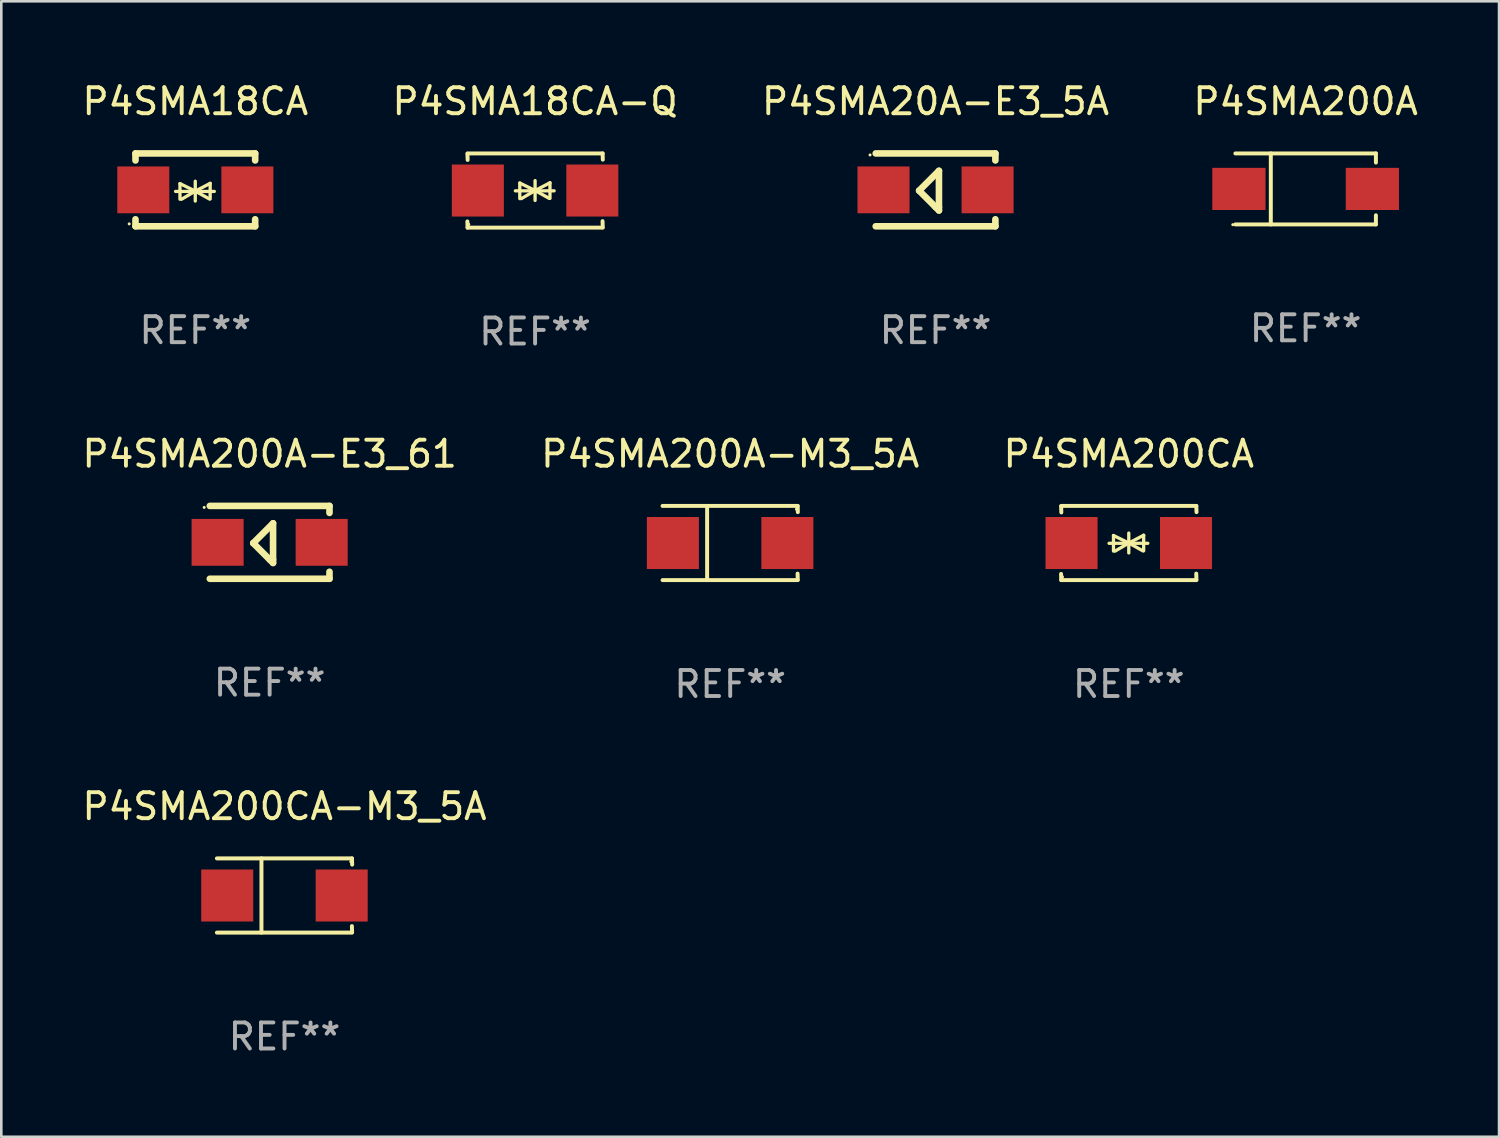
<source format=kicad_pcb>
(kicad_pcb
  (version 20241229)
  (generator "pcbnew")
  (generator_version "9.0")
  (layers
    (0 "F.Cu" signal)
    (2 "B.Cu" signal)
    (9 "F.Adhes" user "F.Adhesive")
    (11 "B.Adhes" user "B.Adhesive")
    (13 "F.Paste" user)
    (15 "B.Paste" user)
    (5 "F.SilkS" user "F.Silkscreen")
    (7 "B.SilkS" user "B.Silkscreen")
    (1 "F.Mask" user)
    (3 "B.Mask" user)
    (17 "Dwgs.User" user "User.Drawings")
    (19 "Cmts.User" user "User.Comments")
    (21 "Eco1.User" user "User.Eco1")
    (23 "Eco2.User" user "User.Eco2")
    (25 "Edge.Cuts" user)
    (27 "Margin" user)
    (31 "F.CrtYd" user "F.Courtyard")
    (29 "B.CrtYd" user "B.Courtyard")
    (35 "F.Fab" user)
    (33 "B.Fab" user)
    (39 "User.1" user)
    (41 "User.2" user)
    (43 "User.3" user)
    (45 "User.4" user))
  (footprint "P4SMA200CA"
    (layer "F.Cu")
    (at 40.339 17.823)
    (property "Reference" "P4SMA200CA" (at 0 -3.426 0) (layer "F.SilkS") (effects (font (size 1 1) (thickness 0.15))))
    (attr through_hole)
    (fp_line (start -2.596 -1.426) (end 2.596 -1.426) (stroke (width 0.152) (type solid)) (layer "F.SilkS"))
    (fp_line (start -2.596 1.426) (end -2.603 1.187) (stroke (width 0.152) (type solid)) (layer "F.SilkS"))
    (fp_line (start -2.596 1.426) (end 2.596 1.426) (stroke (width 0.152) (type solid)) (layer "F.SilkS"))
    (fp_line (start -2.593 -1.176) (end -2.6 -1.415) (stroke (width 0.152) (type solid)) (layer "F.SilkS"))
    (fp_line (start -0.758 0.011) (end 0.732 0.011) (stroke (width 0.127) (type solid)) (layer "F.SilkS"))
    (fp_line (start -0.588 -0.289) (end -0.588 0.311) (stroke (width 0.127) (type solid)) (layer "F.SilkS"))
    (fp_line (start -0.588 -0.289) (end 0 0) (stroke (width 0.127) (type solid)) (layer "F.SilkS"))
    (fp_line (start -0.528 0.311) (end 0 0) (stroke (width 0.127) (type solid)) (layer "F.SilkS"))
    (fp_line (start 0 0) (end 0 -0.381) (stroke (width 0.127) (type solid)) (layer "F.SilkS"))
    (fp_line (start 0 0) (end 0 0.381) (stroke (width 0.127) (type solid)) (layer "F.SilkS"))
    (fp_line (start 0.542 0.301) (end 0 0) (stroke (width 0.127) (type solid)) (layer "F.SilkS"))
    (fp_line (start 0.572 -0.299) (end 0 0) (stroke (width 0.127) (type solid)) (layer "F.SilkS"))
    (fp_line (start 0.572 -0.299) (end 0.572 0.301) (stroke (width 0.127) (type solid)) (layer "F.SilkS"))
    (fp_line (start 2.593 1.176) (end 2.6 1.415) (stroke (width 0.152) (type solid)) (layer "F.SilkS"))
    (fp_line (start 2.596 -1.426) (end 2.603 -1.187) (stroke (width 0.152) (type solid)) (layer "F.SilkS"))
    (fp_circle (center -2.55 1.3) (end -2.52 1.3) (stroke (width 0.06) (type solid)) (fill no) (layer "F.SilkS"))
    (fp_text user "REF**" (at 0 5.426 0) (layer "F.Fab") (effects (font (size 1 1) (thickness 0.15))))
    (pad "1" smd rect (at -2.2 0 180) (size 2 2) (layers "F.Cu" "F.Mask" "F.Paste"))
    (pad "2" smd rect (at 2.2 0 180) (size 2 2) (layers "F.Cu" "F.Mask" "F.Paste")))
  (footprint "P4SMA18CA"
    (layer "F.Cu")
    (at 4.458 4.248)
    (property "Reference" "P4SMA18CA" (at 0 -3.4 0) (layer "F.SilkS") (effects (font (size 1 1) (thickness 0.15))))
    (attr through_hole)
    (fp_line (start -2.3 -1.4) (end -2.3 -1.131) (stroke (width 0.254) (type solid)) (layer "F.SilkS"))
    (fp_line (start -2.3 -1.4) (end 2.3 -1.4) (stroke (width 0.254) (type solid)) (layer "F.SilkS"))
    (fp_line (start -2.3 1.131) (end -2.3 1.4) (stroke (width 0.254) (type solid)) (layer "F.SilkS"))
    (fp_line (start -2.3 1.4) (end 2.3 1.4) (stroke (width 0.254) (type solid)) (layer "F.SilkS"))
    (fp_line (start -0.76 0.06) (end 0.73 0.06) (stroke (width 0.127) (type solid)) (layer "F.SilkS"))
    (fp_line (start -0.59 -0.24) (end -0.59 0.36) (stroke (width 0.127) (type solid)) (layer "F.SilkS"))
    (fp_line (start -0.59 -0.24) (end -0.002 0.049) (stroke (width 0.127) (type solid)) (layer "F.SilkS"))
    (fp_line (start -0.53 0.36) (end -0.002 0.049) (stroke (width 0.127) (type solid)) (layer "F.SilkS"))
    (fp_line (start -0.002 0.049) (end -0.002 -0.332) (stroke (width 0.127) (type solid)) (layer "F.SilkS"))
    (fp_line (start -0.002 0.049) (end -0.002 0.43) (stroke (width 0.127) (type solid)) (layer "F.SilkS"))
    (fp_line (start 0.54 0.35) (end -0.002 0.049) (stroke (width 0.127) (type solid)) (layer "F.SilkS"))
    (fp_line (start 0.57 -0.25) (end -0.002 0.049) (stroke (width 0.127) (type solid)) (layer "F.SilkS"))
    (fp_line (start 0.57 -0.25) (end 0.57 0.35) (stroke (width 0.127) (type solid)) (layer "F.SilkS"))
    (fp_line (start 2.3 -1.4) (end 2.3 -1.131) (stroke (width 0.254) (type solid)) (layer "F.SilkS"))
    (fp_line (start 2.3 1.131) (end 2.3 1.4) (stroke (width 0.254) (type solid)) (layer "F.SilkS"))
    (fp_circle (center -2.542 1.308) (end -2.512 1.308) (stroke (width 0.06) (type solid)) (fill no) (layer "F.SilkS"))
    (fp_text user "REF**" (at 0 5.4 0) (layer "F.Fab") (effects (font (size 1 1) (thickness 0.15))))
    (pad "1" smd rect (at -2 0) (size 2 1.8) (layers "F.Cu" "F.Mask" "F.Paste"))
    (pad "2" smd rect (at 2 0) (size 2 1.8) (layers "F.Cu" "F.Mask" "F.Paste")))
  (footprint "P4SMA200A-E3_61"
    (layer "F.Cu")
    (at 7.315 17.797)
    (property "Reference" "P4SMA200A-E3_61" (at 0 -3.4 0) (layer "F.SilkS") (effects (font (size 1 1) (thickness 0.15))))
    (attr through_hole)
    (fp_line (start -2.3 -1.4) (end 2.3 -1.4) (stroke (width 0.254) (type solid)) (layer "F.SilkS"))
    (fp_line (start -2.3 1.4) (end 2.3 1.4) (stroke (width 0.254) (type solid)) (layer "F.SilkS"))
    (fp_line (start -0.631 0.03) (end 0.131 -0.732) (stroke (width 0.254) (type solid)) (layer "F.SilkS"))
    (fp_line (start 0.004 0.665) (end -0.631 0.03) (stroke (width 0.254) (type solid)) (layer "F.SilkS"))
    (fp_line (start 0.131 -0.732) (end 0.131 0.665) (stroke (width 0.254) (type solid)) (layer "F.SilkS"))
    (fp_line (start 0.131 0.665) (end 0.131 0.792) (stroke (width 0.254) (type solid)) (layer "F.SilkS"))
    (fp_line (start 0.131 0.792) (end 0.004 0.665) (stroke (width 0.254) (type solid)) (layer "F.SilkS"))
    (fp_line (start 2.3 -1.4) (end 2.3 -1.131) (stroke (width 0.254) (type solid)) (layer "F.SilkS"))
    (fp_line (start 2.3 1.131) (end 2.3 1.4) (stroke (width 0.254) (type solid)) (layer "F.SilkS"))
    (fp_circle (center -2.517 -1.342) (end -2.487 -1.342) (stroke (width 0.06) (type solid)) (fill no) (layer "F.SilkS"))
    (fp_text user "REF**" (at 0 5.4 0) (layer "F.Fab") (effects (font (size 1 1) (thickness 0.15))))
    (pad "1" smd rect (at -2 -0.000127) (size 2 1.8) (layers "F.Cu" "F.Mask" "F.Paste"))
    (pad "2" smd rect (at 2 -0.000127) (size 2 1.8) (layers "F.Cu" "F.Mask" "F.Paste")))
  (footprint "P4SMA200CA-M3_5A"
    (layer "F.Cu")
    (at 7.887 31.372)
    (property "Reference" "P4SMA200CA-M3_5A" (at 0 -3.426 0) (layer "F.SilkS") (effects (font (size 1 1) (thickness 0.15))))
    (attr through_hole)
    (fp_line (start -2.6 -1.426) (end 2.593 -1.426) (stroke (width 0.152) (type solid)) (layer "F.SilkS"))
    (fp_line (start -2.6 1.426) (end 2.593 1.426) (stroke (width 0.152) (type solid)) (layer "F.SilkS"))
    (fp_line (start -0.887 -1.426) (end -0.887 1.426) (stroke (width 0.152) (type solid)) (layer "F.SilkS"))
    (fp_line (start 2.59 1.176) (end 2.597 1.415) (stroke (width 0.152) (type solid)) (layer "F.SilkS"))
    (fp_line (start 2.593 -1.426) (end 2.6 -1.187) (stroke (width 0.152) (type solid)) (layer "F.SilkS"))
    (fp_circle (center 2.547 -1.3) (end 2.577 -1.3) (stroke (width 0.06) (type solid)) (fill no) (layer "F.SilkS"))
    (fp_text user "REF**" (at 0 5.426 0) (layer "F.Fab") (effects (font (size 1 1) (thickness 0.15))))
    (pad "1" smd rect (at 2.197 -0.000025 180) (size 2 2) (layers "F.Cu" "F.Mask" "F.Paste"))
    (pad "2" smd rect (at -2.203 -0.000025 180) (size 2 2) (layers "F.Cu" "F.Mask" "F.Paste")))
  (footprint "P4SMA20A-E3_5A"
    (layer "F.Cu")
    (at 32.911 4.248)
    (property "Reference" "P4SMA20A-E3_5A" (at 0 -3.4 0) (layer "F.SilkS") (effects (font (size 1 1) (thickness 0.15))))
    (attr through_hole)
    (fp_line (start -2.3 -1.4) (end 2.3 -1.4) (stroke (width 0.254) (type solid)) (layer "F.SilkS"))
    (fp_line (start -2.3 1.4) (end 2.3 1.4) (stroke (width 0.254) (type solid)) (layer "F.SilkS"))
    (fp_line (start -0.631 0.03) (end 0.131 -0.732) (stroke (width 0.254) (type solid)) (layer "F.SilkS"))
    (fp_line (start 0.004 0.665) (end -0.631 0.03) (stroke (width 0.254) (type solid)) (layer "F.SilkS"))
    (fp_line (start 0.131 -0.732) (end 0.131 0.665) (stroke (width 0.254) (type solid)) (layer "F.SilkS"))
    (fp_line (start 0.131 0.665) (end 0.131 0.792) (stroke (width 0.254) (type solid)) (layer "F.SilkS"))
    (fp_line (start 0.131 0.792) (end 0.004 0.665) (stroke (width 0.254) (type solid)) (layer "F.SilkS"))
    (fp_line (start 2.3 -1.4) (end 2.3 -1.131) (stroke (width 0.254) (type solid)) (layer "F.SilkS"))
    (fp_line (start 2.3 1.131) (end 2.3 1.4) (stroke (width 0.254) (type solid)) (layer "F.SilkS"))
    (fp_circle (center -2.517 -1.342) (end -2.487 -1.342) (stroke (width 0.06) (type solid)) (fill no) (layer "F.SilkS"))
    (fp_text user "REF**" (at 0 5.4 0) (layer "F.Fab") (effects (font (size 1 1) (thickness 0.15))))
    (pad "1" smd rect (at -2 -0.000127) (size 2 1.8) (layers "F.Cu" "F.Mask" "F.Paste"))
    (pad "2" smd rect (at 2 -0.000127) (size 2 1.8) (layers "F.Cu" "F.Mask" "F.Paste")))
  (footprint "P4SMA200A-M3_5A"
    (layer "F.Cu")
    (at 25.018 17.823)
    (property "Reference" "P4SMA200A-M3_5A" (at 0 -3.426 0) (layer "F.SilkS") (effects (font (size 1 1) (thickness 0.15))))
    (attr through_hole)
    (fp_line (start -2.6 -1.426) (end 2.593 -1.426) (stroke (width 0.152) (type solid)) (layer "F.SilkS"))
    (fp_line (start -2.6 1.426) (end 2.593 1.426) (stroke (width 0.152) (type solid)) (layer "F.SilkS"))
    (fp_line (start -0.887 -1.426) (end -0.887 1.426) (stroke (width 0.152) (type solid)) (layer "F.SilkS"))
    (fp_line (start 2.59 1.176) (end 2.597 1.415) (stroke (width 0.152) (type solid)) (layer "F.SilkS"))
    (fp_line (start 2.593 -1.426) (end 2.6 -1.187) (stroke (width 0.152) (type solid)) (layer "F.SilkS"))
    (fp_circle (center 2.547 -1.3) (end 2.577 -1.3) (stroke (width 0.06) (type solid)) (fill no) (layer "F.SilkS"))
    (fp_text user "REF**" (at 0 5.426 0) (layer "F.Fab") (effects (font (size 1 1) (thickness 0.15))))
    (pad "1" smd rect (at 2.197 -0.000025 180) (size 2 2) (layers "F.Cu" "F.Mask" "F.Paste"))
    (pad "2" smd rect (at -2.203 -0.000025 180) (size 2 2) (layers "F.Cu" "F.Mask" "F.Paste")))
  (footprint "P4SMA18CA-Q"
    (layer "F.Cu")
    (at 17.518 4.274)
    (property "Reference" "P4SMA18CA-Q" (at 0 -3.426 0) (layer "F.SilkS") (effects (font (size 1 1) (thickness 0.15))))
    (attr through_hole)
    (fp_line (start -2.596 -1.426) (end 2.596 -1.426) (stroke (width 0.152) (type solid)) (layer "F.SilkS"))
    (fp_line (start -2.596 1.426) (end -2.603 1.187) (stroke (width 0.152) (type solid)) (layer "F.SilkS"))
    (fp_line (start -2.596 1.426) (end 2.596 1.426) (stroke (width 0.152) (type solid)) (layer "F.SilkS"))
    (fp_line (start -2.593 -1.176) (end -2.6 -1.415) (stroke (width 0.152) (type solid)) (layer "F.SilkS"))
    (fp_line (start -0.758 0.011) (end 0.732 0.011) (stroke (width 0.127) (type solid)) (layer "F.SilkS"))
    (fp_line (start -0.588 -0.289) (end -0.588 0.311) (stroke (width 0.127) (type solid)) (layer "F.SilkS"))
    (fp_line (start -0.588 -0.289) (end 0 0) (stroke (width 0.127) (type solid)) (layer "F.SilkS"))
    (fp_line (start -0.528 0.311) (end 0 0) (stroke (width 0.127) (type solid)) (layer "F.SilkS"))
    (fp_line (start 0 0) (end 0 -0.381) (stroke (width 0.127) (type solid)) (layer "F.SilkS"))
    (fp_line (start 0 0) (end 0 0.381) (stroke (width 0.127) (type solid)) (layer "F.SilkS"))
    (fp_line (start 0.542 0.301) (end 0 0) (stroke (width 0.127) (type solid)) (layer "F.SilkS"))
    (fp_line (start 0.572 -0.299) (end 0 0) (stroke (width 0.127) (type solid)) (layer "F.SilkS"))
    (fp_line (start 0.572 -0.299) (end 0.572 0.301) (stroke (width 0.127) (type solid)) (layer "F.SilkS"))
    (fp_line (start 2.593 1.176) (end 2.6 1.415) (stroke (width 0.152) (type solid)) (layer "F.SilkS"))
    (fp_line (start 2.596 -1.426) (end 2.603 -1.187) (stroke (width 0.152) (type solid)) (layer "F.SilkS"))
    (fp_circle (center -2.55 1.3) (end -2.52 1.3) (stroke (width 0.06) (type solid)) (fill no) (layer "F.SilkS"))
    (fp_text user "REF**" (at 0 5.426 0) (layer "F.Fab") (effects (font (size 1 1) (thickness 0.15))))
    (pad "1" smd rect (at -2.2 0 180) (size 2 2) (layers "F.Cu" "F.Mask" "F.Paste"))
    (pad "2" smd rect (at 2.2 0 180) (size 2 2) (layers "F.Cu" "F.Mask" "F.Paste")))
  (footprint "P4SMA200A"
    (layer "F.Cu")
    (at 47.137 4.212)
    (property "Reference" "P4SMA200A" (at 0 -3.364 0) (layer "F.SilkS") (effects (font (size 1 1) (thickness 0.15))))
    (attr through_hole)
    (fp_line (start -2.701 -1.364) (end 2.701 -1.364) (stroke (width 0.152) (type solid)) (layer "F.SilkS"))
    (fp_line (start -2.701 1.364) (end 2.701 1.364) (stroke (width 0.152) (type solid)) (layer "F.SilkS"))
    (fp_line (start -1.339 -1.364) (end -1.339 1.364) (stroke (width 0.152) (type solid)) (layer "F.SilkS"))
    (fp_line (start 2.701 -1.364) (end 2.701 -1.013) (stroke (width 0.152) (type solid)) (layer "F.SilkS"))
    (fp_line (start 2.701 1.364) (end 2.701 1.013) (stroke (width 0.152) (type solid)) (layer "F.SilkS"))
    (fp_circle (center -2.8 1.375) (end -2.77 1.375) (stroke (width 0.06) (type solid)) (fill no) (layer "F.SilkS"))
    (fp_text user "REF**" (at 0 5.364 0) (layer "F.Fab") (effects (font (size 1 1) (thickness 0.15))))
    (pad "1" smd rect (at -2.565 -0.000025) (size 2.046 1.62) (layers "F.Cu" "F.Mask" "F.Paste"))
    (pad "2" smd rect (at 2.565 -0.000025) (size 2.046 1.62) (layers "F.Cu" "F.Mask" "F.Paste")))
  (gr_rect
    (start -3 -3)
    (end 54.571 40.647)
    (stroke (width 0.1) (type default))
    (fill no)
    (layer "Edge.Cuts")))
</source>
